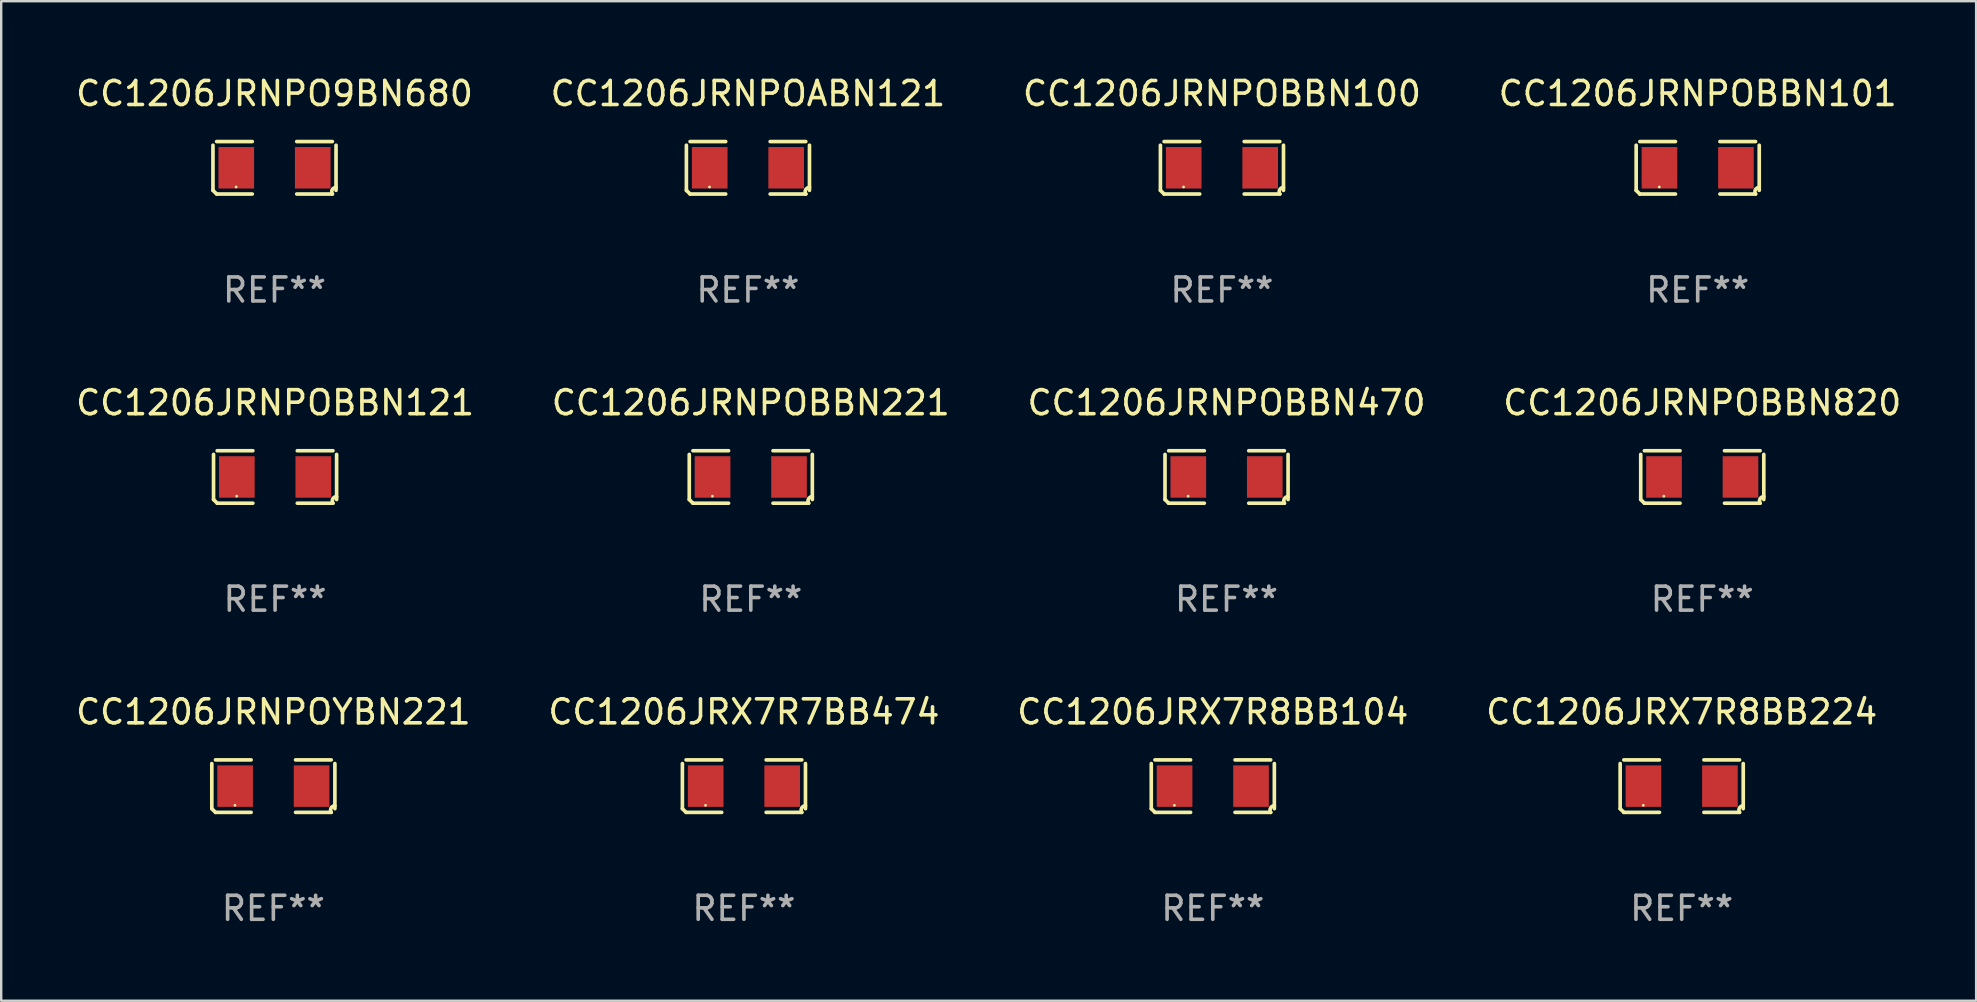
<source format=kicad_pcb>
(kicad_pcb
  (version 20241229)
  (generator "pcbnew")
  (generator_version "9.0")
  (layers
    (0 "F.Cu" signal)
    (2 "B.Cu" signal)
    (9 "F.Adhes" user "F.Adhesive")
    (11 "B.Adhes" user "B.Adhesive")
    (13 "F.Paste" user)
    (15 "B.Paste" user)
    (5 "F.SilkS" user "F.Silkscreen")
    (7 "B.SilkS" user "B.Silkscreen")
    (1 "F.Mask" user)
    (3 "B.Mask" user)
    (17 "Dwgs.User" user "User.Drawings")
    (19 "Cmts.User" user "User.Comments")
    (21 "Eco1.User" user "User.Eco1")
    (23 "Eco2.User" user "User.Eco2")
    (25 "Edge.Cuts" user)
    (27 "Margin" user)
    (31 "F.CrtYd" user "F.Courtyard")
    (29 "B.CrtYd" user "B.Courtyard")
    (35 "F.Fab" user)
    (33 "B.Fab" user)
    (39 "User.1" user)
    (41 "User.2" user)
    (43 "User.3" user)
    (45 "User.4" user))
  (footprint "CC1206JRNPOYBN221"
    (layer "F.Cu")
    (at 8.339 29.704)
    (property "Reference" "CC1206JRNPOYBN221" (at 0 -3.093 0) (layer "F.SilkS") (effects (font (size 1 1) (thickness 0.15))))
    (attr through_hole)
    (fp_line (start -2.564 0.94) (end -2.564 -0.94) (stroke (width 0.152) (type solid)) (layer "F.SilkS"))
    (fp_line (start -2.411 -1.093) (end -0.926 -1.093) (stroke (width 0.152) (type solid)) (layer "F.SilkS"))
    (fp_line (start -0.926 1.093) (end -2.411 1.093) (stroke (width 0.152) (type solid)) (layer "F.SilkS"))
    (fp_line (start 0.926 1.093) (end 2.411 1.093) (stroke (width 0.152) (type solid)) (layer "F.SilkS"))
    (fp_line (start 2.411 -1.093) (end 0.926 -1.093) (stroke (width 0.152) (type solid)) (layer "F.SilkS"))
    (fp_line (start 2.564 0.94) (end 2.564 -0.94) (stroke (width 0.152) (type solid)) (layer "F.SilkS"))
    (fp_arc (start -2.411201 1.092609) (mid -2.487413 1.01642) (end -2.563602 0.940208) (stroke (width 0.1524) (type solid)) (layer "F.SilkS"))
    (fp_arc (start 2.411201 1.092609) (mid 2.407159 0.911226) (end 2.563602 0.819347) (stroke (width 0.1524) (type solid)) (layer "F.SilkS"))
    (fp_circle (center -1.6 0.8) (end -1.57 0.8) (stroke (width 0.06) (type solid)) (fill no) (layer "F.SilkS"))
    (fp_text user "REF**" (at 0 5.093 0) (layer "F.Fab") (effects (font (size 1 1) (thickness 0.15))))
    (pad "1" smd rect (at -1.593 0) (size 1.485 1.728) (layers "F.Cu" "F.Mask" "F.Paste"))
    (pad "2" smd rect (at 1.593 0) (size 1.485 1.728) (layers "F.Cu" "F.Mask" "F.Paste")))
  (footprint "CC1206JRNPOBBN470"
    (layer "F.Cu")
    (at 48.054 16.823)
    (property "Reference" "CC1206JRNPOBBN470" (at 0 -3.093 0) (layer "F.SilkS") (effects (font (size 1 1) (thickness 0.15))))
    (attr through_hole)
    (fp_line (start -2.564 0.94) (end -2.564 -0.94) (stroke (width 0.152) (type solid)) (layer "F.SilkS"))
    (fp_line (start -2.411 -1.093) (end -0.926 -1.093) (stroke (width 0.152) (type solid)) (layer "F.SilkS"))
    (fp_line (start -0.926 1.093) (end -2.411 1.093) (stroke (width 0.152) (type solid)) (layer "F.SilkS"))
    (fp_line (start 0.926 1.093) (end 2.411 1.093) (stroke (width 0.152) (type solid)) (layer "F.SilkS"))
    (fp_line (start 2.411 -1.093) (end 0.926 -1.093) (stroke (width 0.152) (type solid)) (layer "F.SilkS"))
    (fp_line (start 2.564 0.94) (end 2.564 -0.94) (stroke (width 0.152) (type solid)) (layer "F.SilkS"))
    (fp_arc (start -2.411201 1.092609) (mid -2.487413 1.01642) (end -2.563602 0.940208) (stroke (width 0.1524) (type solid)) (layer "F.SilkS"))
    (fp_arc (start 2.411201 1.092609) (mid 2.407159 0.911226) (end 2.563602 0.819347) (stroke (width 0.1524) (type solid)) (layer "F.SilkS"))
    (fp_circle (center -1.6 0.8) (end -1.57 0.8) (stroke (width 0.06) (type solid)) (fill no) (layer "F.SilkS"))
    (fp_text user "REF**" (at 0 5.093 0) (layer "F.Fab") (effects (font (size 1 1) (thickness 0.15))))
    (pad "1" smd rect (at -1.593 0) (size 1.485 1.728) (layers "F.Cu" "F.Mask" "F.Paste"))
    (pad "2" smd rect (at 1.593 0) (size 1.485 1.728) (layers "F.Cu" "F.Mask" "F.Paste")))
  (footprint "CC1206JRNPOBBN121"
    (layer "F.Cu")
    (at 8.411 16.823)
    (property "Reference" "CC1206JRNPOBBN121" (at 0 -3.093 0) (layer "F.SilkS") (effects (font (size 1 1) (thickness 0.15))))
    (attr through_hole)
    (fp_line (start -2.564 0.94) (end -2.564 -0.94) (stroke (width 0.152) (type solid)) (layer "F.SilkS"))
    (fp_line (start -2.411 -1.093) (end -0.926 -1.093) (stroke (width 0.152) (type solid)) (layer "F.SilkS"))
    (fp_line (start -0.926 1.093) (end -2.411 1.093) (stroke (width 0.152) (type solid)) (layer "F.SilkS"))
    (fp_line (start 0.926 1.093) (end 2.411 1.093) (stroke (width 0.152) (type solid)) (layer "F.SilkS"))
    (fp_line (start 2.411 -1.093) (end 0.926 -1.093) (stroke (width 0.152) (type solid)) (layer "F.SilkS"))
    (fp_line (start 2.564 0.94) (end 2.564 -0.94) (stroke (width 0.152) (type solid)) (layer "F.SilkS"))
    (fp_arc (start -2.411201 1.092609) (mid -2.487413 1.01642) (end -2.563602 0.940208) (stroke (width 0.1524) (type solid)) (layer "F.SilkS"))
    (fp_arc (start 2.411201 1.092609) (mid 2.407159 0.911226) (end 2.563602 0.819347) (stroke (width 0.1524) (type solid)) (layer "F.SilkS"))
    (fp_circle (center -1.6 0.8) (end -1.57 0.8) (stroke (width 0.06) (type solid)) (fill no) (layer "F.SilkS"))
    (fp_text user "REF**" (at 0 5.093 0) (layer "F.Fab") (effects (font (size 1 1) (thickness 0.15))))
    (pad "1" smd rect (at -1.593 0) (size 1.485 1.728) (layers "F.Cu" "F.Mask" "F.Paste"))
    (pad "2" smd rect (at 1.593 0) (size 1.485 1.728) (layers "F.Cu" "F.Mask" "F.Paste")))
  (footprint "CC1206JRX7R7BB474"
    (layer "F.Cu")
    (at 27.946 29.704)
    (property "Reference" "CC1206JRX7R7BB474" (at 0 -3.093 0) (layer "F.SilkS") (effects (font (size 1 1) (thickness 0.15))))
    (attr through_hole)
    (fp_line (start -2.564 0.94) (end -2.564 -0.94) (stroke (width 0.152) (type solid)) (layer "F.SilkS"))
    (fp_line (start -2.411 -1.093) (end -0.926 -1.093) (stroke (width 0.152) (type solid)) (layer "F.SilkS"))
    (fp_line (start -0.926 1.093) (end -2.411 1.093) (stroke (width 0.152) (type solid)) (layer "F.SilkS"))
    (fp_line (start 0.926 1.093) (end 2.411 1.093) (stroke (width 0.152) (type solid)) (layer "F.SilkS"))
    (fp_line (start 2.411 -1.093) (end 0.926 -1.093) (stroke (width 0.152) (type solid)) (layer "F.SilkS"))
    (fp_line (start 2.564 0.94) (end 2.564 -0.94) (stroke (width 0.152) (type solid)) (layer "F.SilkS"))
    (fp_arc (start -2.411201 1.092609) (mid -2.487413 1.01642) (end -2.563602 0.940208) (stroke (width 0.1524) (type solid)) (layer "F.SilkS"))
    (fp_arc (start 2.411201 1.092609) (mid 2.407159 0.911226) (end 2.563602 0.819347) (stroke (width 0.1524) (type solid)) (layer "F.SilkS"))
    (fp_circle (center -1.6 0.8) (end -1.57 0.8) (stroke (width 0.06) (type solid)) (fill no) (layer "F.SilkS"))
    (fp_text user "REF**" (at 0 5.093 0) (layer "F.Fab") (effects (font (size 1 1) (thickness 0.15))))
    (pad "1" smd rect (at -1.593 0) (size 1.485 1.728) (layers "F.Cu" "F.Mask" "F.Paste"))
    (pad "2" smd rect (at 1.593 0) (size 1.485 1.728) (layers "F.Cu" "F.Mask" "F.Paste")))
  (footprint "CC1206JRNPOBBN820"
    (layer "F.Cu")
    (at 67.875 16.823)
    (property "Reference" "CC1206JRNPOBBN820" (at 0 -3.093 0) (layer "F.SilkS") (effects (font (size 1 1) (thickness 0.15))))
    (attr through_hole)
    (fp_line (start -2.564 0.94) (end -2.564 -0.94) (stroke (width 0.152) (type solid)) (layer "F.SilkS"))
    (fp_line (start -2.411 -1.093) (end -0.926 -1.093) (stroke (width 0.152) (type solid)) (layer "F.SilkS"))
    (fp_line (start -0.926 1.093) (end -2.411 1.093) (stroke (width 0.152) (type solid)) (layer "F.SilkS"))
    (fp_line (start 0.926 1.093) (end 2.411 1.093) (stroke (width 0.152) (type solid)) (layer "F.SilkS"))
    (fp_line (start 2.411 -1.093) (end 0.926 -1.093) (stroke (width 0.152) (type solid)) (layer "F.SilkS"))
    (fp_line (start 2.564 0.94) (end 2.564 -0.94) (stroke (width 0.152) (type solid)) (layer "F.SilkS"))
    (fp_arc (start -2.411201 1.092609) (mid -2.487413 1.01642) (end -2.563602 0.940208) (stroke (width 0.1524) (type solid)) (layer "F.SilkS"))
    (fp_arc (start 2.411201 1.092609) (mid 2.407159 0.911226) (end 2.563602 0.819347) (stroke (width 0.1524) (type solid)) (layer "F.SilkS"))
    (fp_circle (center -1.6 0.8) (end -1.57 0.8) (stroke (width 0.06) (type solid)) (fill no) (layer "F.SilkS"))
    (fp_text user "REF**" (at 0 5.093 0) (layer "F.Fab") (effects (font (size 1 1) (thickness 0.15))))
    (pad "1" smd rect (at -1.593 0) (size 1.485 1.728) (layers "F.Cu" "F.Mask" "F.Paste"))
    (pad "2" smd rect (at 1.593 0) (size 1.485 1.728) (layers "F.Cu" "F.Mask" "F.Paste")))
  (footprint "CC1206JRX7R8BB224"
    (layer "F.Cu")
    (at 67.018 29.704)
    (property "Reference" "CC1206JRX7R8BB224" (at 0 -3.093 0) (layer "F.SilkS") (effects (font (size 1 1) (thickness 0.15))))
    (attr through_hole)
    (fp_line (start -2.564 0.94) (end -2.564 -0.94) (stroke (width 0.152) (type solid)) (layer "F.SilkS"))
    (fp_line (start -2.411 -1.093) (end -0.926 -1.093) (stroke (width 0.152) (type solid)) (layer "F.SilkS"))
    (fp_line (start -0.926 1.093) (end -2.411 1.093) (stroke (width 0.152) (type solid)) (layer "F.SilkS"))
    (fp_line (start 0.926 1.093) (end 2.411 1.093) (stroke (width 0.152) (type solid)) (layer "F.SilkS"))
    (fp_line (start 2.411 -1.093) (end 0.926 -1.093) (stroke (width 0.152) (type solid)) (layer "F.SilkS"))
    (fp_line (start 2.564 0.94) (end 2.564 -0.94) (stroke (width 0.152) (type solid)) (layer "F.SilkS"))
    (fp_arc (start -2.411201 1.092609) (mid -2.487413 1.01642) (end -2.563602 0.940208) (stroke (width 0.1524) (type solid)) (layer "F.SilkS"))
    (fp_arc (start 2.411201 1.092609) (mid 2.407159 0.911226) (end 2.563602 0.819347) (stroke (width 0.1524) (type solid)) (layer "F.SilkS"))
    (fp_circle (center -1.6 0.8) (end -1.57 0.8) (stroke (width 0.06) (type solid)) (fill no) (layer "F.SilkS"))
    (fp_text user "REF**" (at 0 5.093 0) (layer "F.Fab") (effects (font (size 1 1) (thickness 0.15))))
    (pad "1" smd rect (at -1.593 0) (size 1.485 1.728) (layers "F.Cu" "F.Mask" "F.Paste"))
    (pad "2" smd rect (at 1.593 0) (size 1.485 1.728) (layers "F.Cu" "F.Mask" "F.Paste")))
  (footprint "CC1206JRNPOABN121"
    (layer "F.Cu")
    (at 28.113 3.941)
    (property "Reference" "CC1206JRNPOABN121" (at 0 -3.093 0) (layer "F.SilkS") (effects (font (size 1 1) (thickness 0.15))))
    (attr through_hole)
    (fp_line (start -2.564 0.94) (end -2.564 -0.94) (stroke (width 0.152) (type solid)) (layer "F.SilkS"))
    (fp_line (start -2.411 -1.093) (end -0.926 -1.093) (stroke (width 0.152) (type solid)) (layer "F.SilkS"))
    (fp_line (start -0.926 1.093) (end -2.411 1.093) (stroke (width 0.152) (type solid)) (layer "F.SilkS"))
    (fp_line (start 0.926 1.093) (end 2.411 1.093) (stroke (width 0.152) (type solid)) (layer "F.SilkS"))
    (fp_line (start 2.411 -1.093) (end 0.926 -1.093) (stroke (width 0.152) (type solid)) (layer "F.SilkS"))
    (fp_line (start 2.564 0.94) (end 2.564 -0.94) (stroke (width 0.152) (type solid)) (layer "F.SilkS"))
    (fp_arc (start -2.411201 1.092609) (mid -2.487413 1.01642) (end -2.563602 0.940208) (stroke (width 0.1524) (type solid)) (layer "F.SilkS"))
    (fp_arc (start 2.411201 1.092609) (mid 2.407159 0.911226) (end 2.563602 0.819347) (stroke (width 0.1524) (type solid)) (layer "F.SilkS"))
    (fp_circle (center -1.6 0.8) (end -1.57 0.8) (stroke (width 0.06) (type solid)) (fill no) (layer "F.SilkS"))
    (fp_text user "REF**" (at 0 5.093 0) (layer "F.Fab") (effects (font (size 1 1) (thickness 0.15))))
    (pad "1" smd rect (at -1.593 0) (size 1.485 1.728) (layers "F.Cu" "F.Mask" "F.Paste"))
    (pad "2" smd rect (at 1.593 0) (size 1.485 1.728) (layers "F.Cu" "F.Mask" "F.Paste")))
  (footprint "CC1206JRNPOBBN100"
    (layer "F.Cu")
    (at 47.863 3.941)
    (property "Reference" "CC1206JRNPOBBN100" (at 0 -3.093 0) (layer "F.SilkS") (effects (font (size 1 1) (thickness 0.15))))
    (attr through_hole)
    (fp_line (start -2.564 0.94) (end -2.564 -0.94) (stroke (width 0.152) (type solid)) (layer "F.SilkS"))
    (fp_line (start -2.411 -1.093) (end -0.926 -1.093) (stroke (width 0.152) (type solid)) (layer "F.SilkS"))
    (fp_line (start -0.926 1.093) (end -2.411 1.093) (stroke (width 0.152) (type solid)) (layer "F.SilkS"))
    (fp_line (start 0.926 1.093) (end 2.411 1.093) (stroke (width 0.152) (type solid)) (layer "F.SilkS"))
    (fp_line (start 2.411 -1.093) (end 0.926 -1.093) (stroke (width 0.152) (type solid)) (layer "F.SilkS"))
    (fp_line (start 2.564 0.94) (end 2.564 -0.94) (stroke (width 0.152) (type solid)) (layer "F.SilkS"))
    (fp_arc (start -2.411201 1.092609) (mid -2.487413 1.01642) (end -2.563602 0.940208) (stroke (width 0.1524) (type solid)) (layer "F.SilkS"))
    (fp_arc (start 2.411201 1.092609) (mid 2.407159 0.911226) (end 2.563602 0.819347) (stroke (width 0.1524) (type solid)) (layer "F.SilkS"))
    (fp_circle (center -1.6 0.8) (end -1.57 0.8) (stroke (width 0.06) (type solid)) (fill no) (layer "F.SilkS"))
    (fp_text user "REF**" (at 0 5.093 0) (layer "F.Fab") (effects (font (size 1 1) (thickness 0.15))))
    (pad "1" smd rect (at -1.593 0) (size 1.485 1.728) (layers "F.Cu" "F.Mask" "F.Paste"))
    (pad "2" smd rect (at 1.593 0) (size 1.485 1.728) (layers "F.Cu" "F.Mask" "F.Paste")))
  (footprint "CC1206JRX7R8BB104"
    (layer "F.Cu")
    (at 47.482 29.704)
    (property "Reference" "CC1206JRX7R8BB104" (at 0 -3.093 0) (layer "F.SilkS") (effects (font (size 1 1) (thickness 0.15))))
    (attr through_hole)
    (fp_line (start -2.564 0.94) (end -2.564 -0.94) (stroke (width 0.152) (type solid)) (layer "F.SilkS"))
    (fp_line (start -2.411 -1.093) (end -0.926 -1.093) (stroke (width 0.152) (type solid)) (layer "F.SilkS"))
    (fp_line (start -0.926 1.093) (end -2.411 1.093) (stroke (width 0.152) (type solid)) (layer "F.SilkS"))
    (fp_line (start 0.926 1.093) (end 2.411 1.093) (stroke (width 0.152) (type solid)) (layer "F.SilkS"))
    (fp_line (start 2.411 -1.093) (end 0.926 -1.093) (stroke (width 0.152) (type solid)) (layer "F.SilkS"))
    (fp_line (start 2.564 0.94) (end 2.564 -0.94) (stroke (width 0.152) (type solid)) (layer "F.SilkS"))
    (fp_arc (start -2.411201 1.092609) (mid -2.487413 1.01642) (end -2.563602 0.940208) (stroke (width 0.1524) (type solid)) (layer "F.SilkS"))
    (fp_arc (start 2.411201 1.092609) (mid 2.407159 0.911226) (end 2.563602 0.819347) (stroke (width 0.1524) (type solid)) (layer "F.SilkS"))
    (fp_circle (center -1.6 0.8) (end -1.57 0.8) (stroke (width 0.06) (type solid)) (fill no) (layer "F.SilkS"))
    (fp_text user "REF**" (at 0 5.093 0) (layer "F.Fab") (effects (font (size 1 1) (thickness 0.15))))
    (pad "1" smd rect (at -1.593 0) (size 1.485 1.728) (layers "F.Cu" "F.Mask" "F.Paste"))
    (pad "2" smd rect (at 1.593 0) (size 1.485 1.728) (layers "F.Cu" "F.Mask" "F.Paste")))
  (footprint "CC1206JRNPO9BN680"
    (layer "F.Cu")
    (at 8.387 3.941)
    (property "Reference" "CC1206JRNPO9BN680" (at 0 -3.093 0) (layer "F.SilkS") (effects (font (size 1 1) (thickness 0.15))))
    (attr through_hole)
    (fp_line (start -2.564 0.94) (end -2.564 -0.94) (stroke (width 0.152) (type solid)) (layer "F.SilkS"))
    (fp_line (start -2.411 -1.093) (end -0.926 -1.093) (stroke (width 0.152) (type solid)) (layer "F.SilkS"))
    (fp_line (start -0.926 1.093) (end -2.411 1.093) (stroke (width 0.152) (type solid)) (layer "F.SilkS"))
    (fp_line (start 0.926 1.093) (end 2.411 1.093) (stroke (width 0.152) (type solid)) (layer "F.SilkS"))
    (fp_line (start 2.411 -1.093) (end 0.926 -1.093) (stroke (width 0.152) (type solid)) (layer "F.SilkS"))
    (fp_line (start 2.564 0.94) (end 2.564 -0.94) (stroke (width 0.152) (type solid)) (layer "F.SilkS"))
    (fp_arc (start -2.411201 1.092609) (mid -2.487413 1.01642) (end -2.563602 0.940208) (stroke (width 0.1524) (type solid)) (layer "F.SilkS"))
    (fp_arc (start 2.411201 1.092609) (mid 2.407159 0.911226) (end 2.563602 0.819347) (stroke (width 0.1524) (type solid)) (layer "F.SilkS"))
    (fp_circle (center -1.6 0.8) (end -1.57 0.8) (stroke (width 0.06) (type solid)) (fill no) (layer "F.SilkS"))
    (fp_text user "REF**" (at 0 5.093 0) (layer "F.Fab") (effects (font (size 1 1) (thickness 0.15))))
    (pad "1" smd rect (at -1.593 0) (size 1.485 1.728) (layers "F.Cu" "F.Mask" "F.Paste"))
    (pad "2" smd rect (at 1.593 0) (size 1.485 1.728) (layers "F.Cu" "F.Mask" "F.Paste")))
  (footprint "CC1206JRNPOBBN221"
    (layer "F.Cu")
    (at 28.232 16.823)
    (property "Reference" "CC1206JRNPOBBN221" (at 0 -3.093 0) (layer "F.SilkS") (effects (font (size 1 1) (thickness 0.15))))
    (attr through_hole)
    (fp_line (start -2.564 0.94) (end -2.564 -0.94) (stroke (width 0.152) (type solid)) (layer "F.SilkS"))
    (fp_line (start -2.411 -1.093) (end -0.926 -1.093) (stroke (width 0.152) (type solid)) (layer "F.SilkS"))
    (fp_line (start -0.926 1.093) (end -2.411 1.093) (stroke (width 0.152) (type solid)) (layer "F.SilkS"))
    (fp_line (start 0.926 1.093) (end 2.411 1.093) (stroke (width 0.152) (type solid)) (layer "F.SilkS"))
    (fp_line (start 2.411 -1.093) (end 0.926 -1.093) (stroke (width 0.152) (type solid)) (layer "F.SilkS"))
    (fp_line (start 2.564 0.94) (end 2.564 -0.94) (stroke (width 0.152) (type solid)) (layer "F.SilkS"))
    (fp_arc (start -2.411201 1.092609) (mid -2.487413 1.01642) (end -2.563602 0.940208) (stroke (width 0.1524) (type solid)) (layer "F.SilkS"))
    (fp_arc (start 2.411201 1.092609) (mid 2.407159 0.911226) (end 2.563602 0.819347) (stroke (width 0.1524) (type solid)) (layer "F.SilkS"))
    (fp_circle (center -1.6 0.8) (end -1.57 0.8) (stroke (width 0.06) (type solid)) (fill no) (layer "F.SilkS"))
    (fp_text user "REF**" (at 0 5.093 0) (layer "F.Fab") (effects (font (size 1 1) (thickness 0.15))))
    (pad "1" smd rect (at -1.593 0) (size 1.485 1.728) (layers "F.Cu" "F.Mask" "F.Paste"))
    (pad "2" smd rect (at 1.593 0) (size 1.485 1.728) (layers "F.Cu" "F.Mask" "F.Paste")))
  (footprint "CC1206JRNPOBBN101"
    (layer "F.Cu")
    (at 67.685 3.941)
    (property "Reference" "CC1206JRNPOBBN101" (at 0 -3.093 0) (layer "F.SilkS") (effects (font (size 1 1) (thickness 0.15))))
    (attr through_hole)
    (fp_line (start -2.564 0.94) (end -2.564 -0.94) (stroke (width 0.152) (type solid)) (layer "F.SilkS"))
    (fp_line (start -2.411 -1.093) (end -0.926 -1.093) (stroke (width 0.152) (type solid)) (layer "F.SilkS"))
    (fp_line (start -0.926 1.093) (end -2.411 1.093) (stroke (width 0.152) (type solid)) (layer "F.SilkS"))
    (fp_line (start 0.926 1.093) (end 2.411 1.093) (stroke (width 0.152) (type solid)) (layer "F.SilkS"))
    (fp_line (start 2.411 -1.093) (end 0.926 -1.093) (stroke (width 0.152) (type solid)) (layer "F.SilkS"))
    (fp_line (start 2.564 0.94) (end 2.564 -0.94) (stroke (width 0.152) (type solid)) (layer "F.SilkS"))
    (fp_arc (start -2.411201 1.092609) (mid -2.487413 1.01642) (end -2.563602 0.940208) (stroke (width 0.1524) (type solid)) (layer "F.SilkS"))
    (fp_arc (start 2.411201 1.092609) (mid 2.407159 0.911226) (end 2.563602 0.819347) (stroke (width 0.1524) (type solid)) (layer "F.SilkS"))
    (fp_circle (center -1.6 0.8) (end -1.57 0.8) (stroke (width 0.06) (type solid)) (fill no) (layer "F.SilkS"))
    (fp_text user "REF**" (at 0 5.093 0) (layer "F.Fab") (effects (font (size 1 1) (thickness 0.15))))
    (pad "1" smd rect (at -1.593 0) (size 1.485 1.728) (layers "F.Cu" "F.Mask" "F.Paste"))
    (pad "2" smd rect (at 1.593 0) (size 1.485 1.728) (layers "F.Cu" "F.Mask" "F.Paste")))
  (gr_rect
    (start -3 -3)
    (end 79.286 38.645)
    (stroke (width 0.1) (type default))
    (fill no)
    (layer "Edge.Cuts")))
</source>
